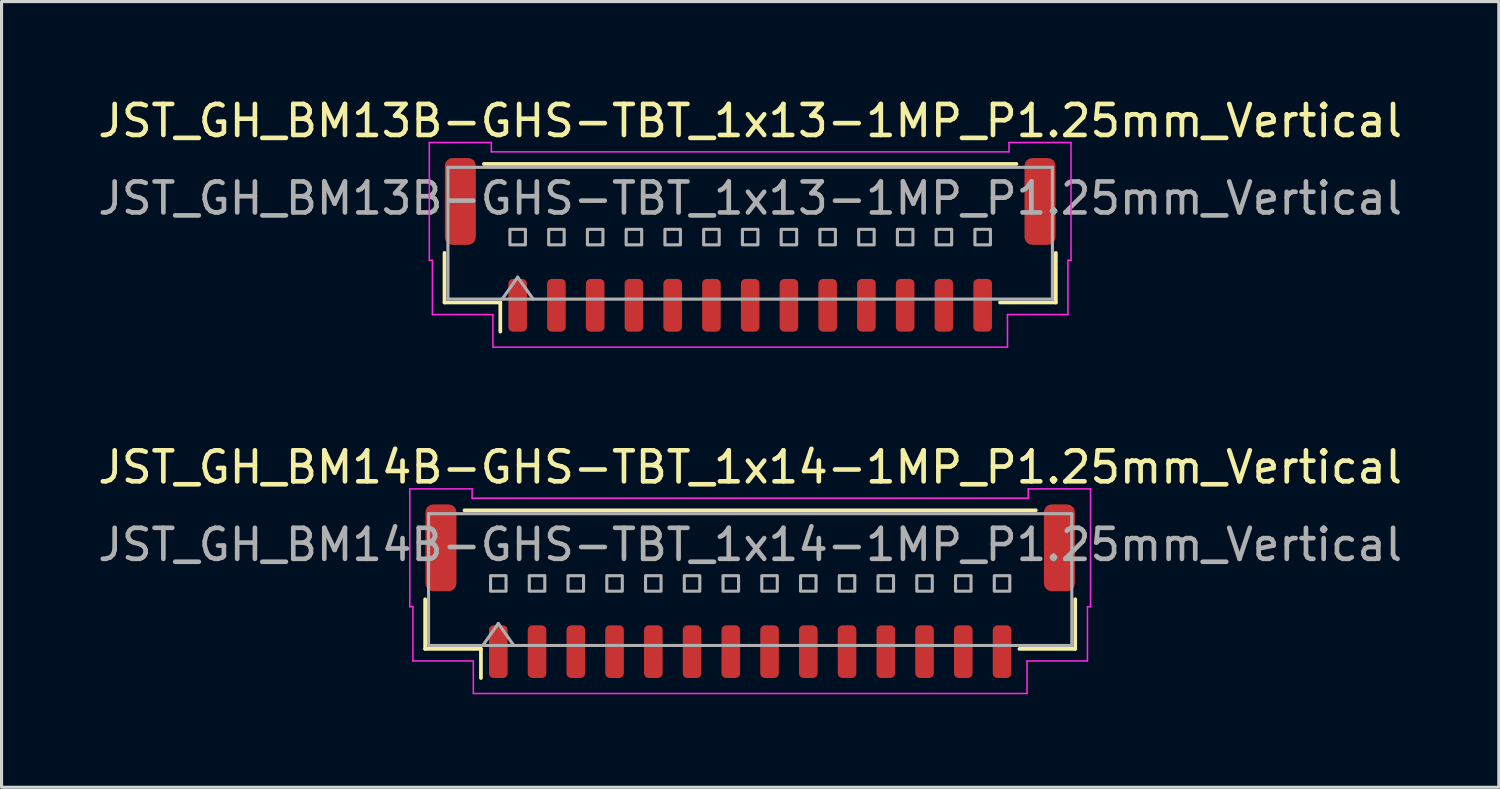
<source format=kicad_pcb>
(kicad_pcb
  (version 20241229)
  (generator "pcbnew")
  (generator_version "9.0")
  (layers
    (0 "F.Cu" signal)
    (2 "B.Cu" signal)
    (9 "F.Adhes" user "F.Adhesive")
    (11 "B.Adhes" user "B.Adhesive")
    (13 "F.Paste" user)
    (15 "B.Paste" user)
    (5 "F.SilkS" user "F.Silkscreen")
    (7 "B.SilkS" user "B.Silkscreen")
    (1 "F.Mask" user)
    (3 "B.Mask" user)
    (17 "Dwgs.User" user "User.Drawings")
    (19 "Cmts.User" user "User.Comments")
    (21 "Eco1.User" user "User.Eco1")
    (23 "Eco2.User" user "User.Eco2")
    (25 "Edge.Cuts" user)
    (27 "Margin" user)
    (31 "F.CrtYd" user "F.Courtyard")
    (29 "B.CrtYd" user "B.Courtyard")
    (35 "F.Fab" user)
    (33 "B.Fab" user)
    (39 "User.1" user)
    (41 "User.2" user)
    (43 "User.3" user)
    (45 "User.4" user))
  (footprint "JST_GH_BM14B-GHS-TBT_1x14-1MP_P1.25mm_Vertical"
    (layer "F.Cu")
    (at 21.149 16.021)
    (property "Reference" "JST_GH_BM14B-GHS-TBT_1x14-1MP_P1.25mm_Vertical" (at 0 -4 0) (layer "F.SilkS") (effects (font (size 1 1) (thickness 0.15))))
    (attr smd)
    (fp_line (start -10.485 0.26) (end -10.485 1.86) (stroke (width 0.12) (type solid)) (layer "F.SilkS"))
    (fp_line (start -10.485 1.86) (end -8.685 1.86) (stroke (width 0.12) (type solid)) (layer "F.SilkS"))
    (fp_line (start -9.215 -2.61) (end 9.215 -2.61) (stroke (width 0.12) (type solid)) (layer "F.SilkS"))
    (fp_line (start -8.685 1.86) (end -8.685 2.8) (stroke (width 0.12) (type solid)) (layer "F.SilkS"))
    (fp_line (start 10.485 0.26) (end 10.485 1.86) (stroke (width 0.12) (type solid)) (layer "F.SilkS"))
    (fp_line (start 10.485 1.86) (end 8.685 1.86) (stroke (width 0.12) (type solid)) (layer "F.SilkS"))
    (fp_line (start -10.98 -3.3) (end -8.97 -3.3) (stroke (width 0.05) (type solid)) (layer "F.CrtYd"))
    (fp_line (start -10.98 0.5) (end -10.98 -3.3) (stroke (width 0.05) (type solid)) (layer "F.CrtYd"))
    (fp_line (start -10.88 0.5) (end -10.98 0.5) (stroke (width 0.05) (type solid)) (layer "F.CrtYd"))
    (fp_line (start -10.88 2.25) (end -10.88 0.5) (stroke (width 0.05) (type solid)) (layer "F.CrtYd"))
    (fp_line (start -8.97 -3.3) (end -8.97 -3) (stroke (width 0.05) (type solid)) (layer "F.CrtYd"))
    (fp_line (start -8.97 -3) (end 8.97 -3) (stroke (width 0.05) (type solid)) (layer "F.CrtYd"))
    (fp_line (start -8.93 2.25) (end -10.88 2.25) (stroke (width 0.05) (type solid)) (layer "F.CrtYd"))
    (fp_line (start -8.93 3.3) (end -8.93 2.25) (stroke (width 0.05) (type solid)) (layer "F.CrtYd"))
    (fp_line (start 8.93 2.25) (end 8.93 3.3) (stroke (width 0.05) (type solid)) (layer "F.CrtYd"))
    (fp_line (start 8.93 3.3) (end -8.93 3.3) (stroke (width 0.05) (type solid)) (layer "F.CrtYd"))
    (fp_line (start 8.97 -3.3) (end 10.98 -3.3) (stroke (width 0.05) (type solid)) (layer "F.CrtYd"))
    (fp_line (start 8.97 -3) (end 8.97 -3.3) (stroke (width 0.05) (type solid)) (layer "F.CrtYd"))
    (fp_line (start 10.88 0.5) (end 10.88 2.25) (stroke (width 0.05) (type solid)) (layer "F.CrtYd"))
    (fp_line (start 10.88 2.25) (end 8.93 2.25) (stroke (width 0.05) (type solid)) (layer "F.CrtYd"))
    (fp_line (start 10.98 -3.3) (end 10.98 0.5) (stroke (width 0.05) (type solid)) (layer "F.CrtYd"))
    (fp_line (start 10.98 0.5) (end 10.88 0.5) (stroke (width 0.05) (type solid)) (layer "F.CrtYd"))
    (fp_line (start -10.375 -2.5) (end 10.375 -2.5) (stroke (width 0.1) (type solid)) (layer "F.Fab"))
    (fp_line (start -10.375 1.75) (end -10.375 -2.5) (stroke (width 0.1) (type solid)) (layer "F.Fab"))
    (fp_line (start -10.375 1.75) (end 10.375 1.75) (stroke (width 0.1) (type solid)) (layer "F.Fab"))
    (fp_line (start -8.625 1.75) (end -8.125 1.043) (stroke (width 0.1) (type solid)) (layer "F.Fab"))
    (fp_line (start -8.125 1.043) (end -7.625 1.75) (stroke (width 0.1) (type solid)) (layer "F.Fab"))
    (fp_line (start 10.375 1.75) (end 10.375 -2.5) (stroke (width 0.1) (type solid)) (layer "F.Fab"))
    (fp_rect (start -8.375 -0.5) (end -7.875 0) (stroke (width 0.1) (type solid)) (fill no) (layer "F.Fab"))
    (fp_rect (start -7.125 -0.5) (end -6.625 0) (stroke (width 0.1) (type solid)) (fill no) (layer "F.Fab"))
    (fp_rect (start -5.875 -0.5) (end -5.375 0) (stroke (width 0.1) (type solid)) (fill no) (layer "F.Fab"))
    (fp_rect (start -4.625 -0.5) (end -4.125 0) (stroke (width 0.1) (type solid)) (fill no) (layer "F.Fab"))
    (fp_rect (start -3.375 -0.5) (end -2.875 0) (stroke (width 0.1) (type solid)) (fill no) (layer "F.Fab"))
    (fp_rect (start -2.125 -0.5) (end -1.625 0) (stroke (width 0.1) (type solid)) (fill no) (layer "F.Fab"))
    (fp_rect (start -0.875 -0.5) (end -0.375 0) (stroke (width 0.1) (type solid)) (fill no) (layer "F.Fab"))
    (fp_rect (start 0.375 -0.5) (end 0.875 0) (stroke (width 0.1) (type solid)) (fill no) (layer "F.Fab"))
    (fp_rect (start 1.625 -0.5) (end 2.125 0) (stroke (width 0.1) (type solid)) (fill no) (layer "F.Fab"))
    (fp_rect (start 2.875 -0.5) (end 3.375 0) (stroke (width 0.1) (type solid)) (fill no) (layer "F.Fab"))
    (fp_rect (start 4.125 -0.5) (end 4.625 0) (stroke (width 0.1) (type solid)) (fill no) (layer "F.Fab"))
    (fp_rect (start 5.375 -0.5) (end 5.875 0) (stroke (width 0.1) (type solid)) (fill no) (layer "F.Fab"))
    (fp_rect (start 6.625 -0.5) (end 7.125 0) (stroke (width 0.1) (type solid)) (fill no) (layer "F.Fab"))
    (fp_rect (start 7.875 -0.5) (end 8.375 0) (stroke (width 0.1) (type solid)) (fill no) (layer "F.Fab"))
    (fp_text user "${REFERENCE}" (at 0 -1.5 0) (layer "F.Fab") (effects (font (size 1 1) (thickness 0.15))))
    (pad "1" smd roundrect (at -8.125 1.95) (size 0.6 1.7) (layers "F.Cu" "F.Mask" "F.Paste") (roundrect_rratio 0.25))
    (pad "2" smd roundrect (at -6.875 1.95) (size 0.6 1.7) (layers "F.Cu" "F.Mask" "F.Paste") (roundrect_rratio 0.25))
    (pad "3" smd roundrect (at -5.625 1.95) (size 0.6 1.7) (layers "F.Cu" "F.Mask" "F.Paste") (roundrect_rratio 0.25))
    (pad "4" smd roundrect (at -4.375 1.95) (size 0.6 1.7) (layers "F.Cu" "F.Mask" "F.Paste") (roundrect_rratio 0.25))
    (pad "5" smd roundrect (at -3.125 1.95) (size 0.6 1.7) (layers "F.Cu" "F.Mask" "F.Paste") (roundrect_rratio 0.25))
    (pad "6" smd roundrect (at -1.875 1.95) (size 0.6 1.7) (layers "F.Cu" "F.Mask" "F.Paste") (roundrect_rratio 0.25))
    (pad "7" smd roundrect (at -0.625 1.95) (size 0.6 1.7) (layers "F.Cu" "F.Mask" "F.Paste") (roundrect_rratio 0.25))
    (pad "8" smd roundrect (at 0.625 1.95) (size 0.6 1.7) (layers "F.Cu" "F.Mask" "F.Paste") (roundrect_rratio 0.25))
    (pad "9" smd roundrect (at 1.875 1.95) (size 0.6 1.7) (layers "F.Cu" "F.Mask" "F.Paste") (roundrect_rratio 0.25))
    (pad "10" smd roundrect (at 3.125 1.95) (size 0.6 1.7) (layers "F.Cu" "F.Mask" "F.Paste") (roundrect_rratio 0.25))
    (pad "11" smd roundrect (at 4.375 1.95) (size 0.6 1.7) (layers "F.Cu" "F.Mask" "F.Paste") (roundrect_rratio 0.25))
    (pad "12" smd roundrect (at 5.625 1.95) (size 0.6 1.7) (layers "F.Cu" "F.Mask" "F.Paste") (roundrect_rratio 0.25))
    (pad "13" smd roundrect (at 6.875 1.95) (size 0.6 1.7) (layers "F.Cu" "F.Mask" "F.Paste") (roundrect_rratio 0.25))
    (pad "14" smd roundrect (at 8.125 1.95) (size 0.6 1.7) (layers "F.Cu" "F.Mask" "F.Paste") (roundrect_rratio 0.25))
    (pad "MP" smd roundrect (at -9.975 -1.4) (size 1 2.8) (layers "F.Cu" "F.Mask" "F.Paste") (roundrect_rratio 0.25))
    (pad "MP" smd roundrect (at 9.975 -1.4) (size 1 2.8) (layers "F.Cu" "F.Mask" "F.Paste") (roundrect_rratio 0.25)))
  (footprint "JST_GH_BM13B-GHS-TBT_1x13-1MP_P1.25mm_Vertical"
    (layer "F.Cu")
    (at 21.149 4.848)
    (property "Reference" "JST_GH_BM13B-GHS-TBT_1x13-1MP_P1.25mm_Vertical" (at 0 -4 0) (layer "F.SilkS") (effects (font (size 1 1) (thickness 0.15))))
    (attr smd)
    (fp_line (start -9.86 0.26) (end -9.86 1.86) (stroke (width 0.12) (type solid)) (layer "F.SilkS"))
    (fp_line (start -9.86 1.86) (end -8.06 1.86) (stroke (width 0.12) (type solid)) (layer "F.SilkS"))
    (fp_line (start -8.59 -2.61) (end 8.59 -2.61) (stroke (width 0.12) (type solid)) (layer "F.SilkS"))
    (fp_line (start -8.06 1.86) (end -8.06 2.8) (stroke (width 0.12) (type solid)) (layer "F.SilkS"))
    (fp_line (start 9.86 0.26) (end 9.86 1.86) (stroke (width 0.12) (type solid)) (layer "F.SilkS"))
    (fp_line (start 9.86 1.86) (end 8.06 1.86) (stroke (width 0.12) (type solid)) (layer "F.SilkS"))
    (fp_line (start -10.35 -3.3) (end -8.35 -3.3) (stroke (width 0.05) (type solid)) (layer "F.CrtYd"))
    (fp_line (start -10.35 0.5) (end -10.35 -3.3) (stroke (width 0.05) (type solid)) (layer "F.CrtYd"))
    (fp_line (start -10.25 0.5) (end -10.35 0.5) (stroke (width 0.05) (type solid)) (layer "F.CrtYd"))
    (fp_line (start -10.25 2.25) (end -10.25 0.5) (stroke (width 0.05) (type solid)) (layer "F.CrtYd"))
    (fp_line (start -8.35 -3.3) (end -8.35 -3) (stroke (width 0.05) (type solid)) (layer "F.CrtYd"))
    (fp_line (start -8.35 -3) (end 8.35 -3) (stroke (width 0.05) (type solid)) (layer "F.CrtYd"))
    (fp_line (start -8.3 2.25) (end -10.25 2.25) (stroke (width 0.05) (type solid)) (layer "F.CrtYd"))
    (fp_line (start -8.3 3.3) (end -8.3 2.25) (stroke (width 0.05) (type solid)) (layer "F.CrtYd"))
    (fp_line (start 8.3 2.25) (end 8.3 3.3) (stroke (width 0.05) (type solid)) (layer "F.CrtYd"))
    (fp_line (start 8.3 3.3) (end -8.3 3.3) (stroke (width 0.05) (type solid)) (layer "F.CrtYd"))
    (fp_line (start 8.35 -3.3) (end 10.35 -3.3) (stroke (width 0.05) (type solid)) (layer "F.CrtYd"))
    (fp_line (start 8.35 -3) (end 8.35 -3.3) (stroke (width 0.05) (type solid)) (layer "F.CrtYd"))
    (fp_line (start 10.25 0.5) (end 10.25 2.25) (stroke (width 0.05) (type solid)) (layer "F.CrtYd"))
    (fp_line (start 10.25 2.25) (end 8.3 2.25) (stroke (width 0.05) (type solid)) (layer "F.CrtYd"))
    (fp_line (start 10.35 -3.3) (end 10.35 0.5) (stroke (width 0.05) (type solid)) (layer "F.CrtYd"))
    (fp_line (start 10.35 0.5) (end 10.25 0.5) (stroke (width 0.05) (type solid)) (layer "F.CrtYd"))
    (fp_line (start -9.75 -2.5) (end 9.75 -2.5) (stroke (width 0.1) (type solid)) (layer "F.Fab"))
    (fp_line (start -9.75 1.75) (end -9.75 -2.5) (stroke (width 0.1) (type solid)) (layer "F.Fab"))
    (fp_line (start -9.75 1.75) (end 9.75 1.75) (stroke (width 0.1) (type solid)) (layer "F.Fab"))
    (fp_line (start -8 1.75) (end -7.5 1.043) (stroke (width 0.1) (type solid)) (layer "F.Fab"))
    (fp_line (start -7.5 1.043) (end -7 1.75) (stroke (width 0.1) (type solid)) (layer "F.Fab"))
    (fp_line (start 9.75 1.75) (end 9.75 -2.5) (stroke (width 0.1) (type solid)) (layer "F.Fab"))
    (fp_rect (start -7.75 -0.5) (end -7.25 0) (stroke (width 0.1) (type solid)) (fill no) (layer "F.Fab"))
    (fp_rect (start -6.5 -0.5) (end -6 0) (stroke (width 0.1) (type solid)) (fill no) (layer "F.Fab"))
    (fp_rect (start -5.25 -0.5) (end -4.75 0) (stroke (width 0.1) (type solid)) (fill no) (layer "F.Fab"))
    (fp_rect (start -4 -0.5) (end -3.5 0) (stroke (width 0.1) (type solid)) (fill no) (layer "F.Fab"))
    (fp_rect (start -2.75 -0.5) (end -2.25 0) (stroke (width 0.1) (type solid)) (fill no) (layer "F.Fab"))
    (fp_rect (start -1.5 -0.5) (end -1 0) (stroke (width 0.1) (type solid)) (fill no) (layer "F.Fab"))
    (fp_rect (start -0.25 -0.5) (end 0.25 0) (stroke (width 0.1) (type solid)) (fill no) (layer "F.Fab"))
    (fp_rect (start 1 -0.5) (end 1.5 0) (stroke (width 0.1) (type solid)) (fill no) (layer "F.Fab"))
    (fp_rect (start 2.25 -0.5) (end 2.75 0) (stroke (width 0.1) (type solid)) (fill no) (layer "F.Fab"))
    (fp_rect (start 3.5 -0.5) (end 4 0) (stroke (width 0.1) (type solid)) (fill no) (layer "F.Fab"))
    (fp_rect (start 4.75 -0.5) (end 5.25 0) (stroke (width 0.1) (type solid)) (fill no) (layer "F.Fab"))
    (fp_rect (start 6 -0.5) (end 6.5 0) (stroke (width 0.1) (type solid)) (fill no) (layer "F.Fab"))
    (fp_rect (start 7.25 -0.5) (end 7.75 0) (stroke (width 0.1) (type solid)) (fill no) (layer "F.Fab"))
    (fp_text user "${REFERENCE}" (at 0 -1.5 0) (layer "F.Fab") (effects (font (size 1 1) (thickness 0.15))))
    (pad "1" smd roundrect (at -7.5 1.95) (size 0.6 1.7) (layers "F.Cu" "F.Mask" "F.Paste") (roundrect_rratio 0.25))
    (pad "2" smd roundrect (at -6.25 1.95) (size 0.6 1.7) (layers "F.Cu" "F.Mask" "F.Paste") (roundrect_rratio 0.25))
    (pad "3" smd roundrect (at -5 1.95) (size 0.6 1.7) (layers "F.Cu" "F.Mask" "F.Paste") (roundrect_rratio 0.25))
    (pad "4" smd roundrect (at -3.75 1.95) (size 0.6 1.7) (layers "F.Cu" "F.Mask" "F.Paste") (roundrect_rratio 0.25))
    (pad "5" smd roundrect (at -2.5 1.95) (size 0.6 1.7) (layers "F.Cu" "F.Mask" "F.Paste") (roundrect_rratio 0.25))
    (pad "6" smd roundrect (at -1.25 1.95) (size 0.6 1.7) (layers "F.Cu" "F.Mask" "F.Paste") (roundrect_rratio 0.25))
    (pad "7" smd roundrect (at 0 1.95) (size 0.6 1.7) (layers "F.Cu" "F.Mask" "F.Paste") (roundrect_rratio 0.25))
    (pad "8" smd roundrect (at 1.25 1.95) (size 0.6 1.7) (layers "F.Cu" "F.Mask" "F.Paste") (roundrect_rratio 0.25))
    (pad "9" smd roundrect (at 2.5 1.95) (size 0.6 1.7) (layers "F.Cu" "F.Mask" "F.Paste") (roundrect_rratio 0.25))
    (pad "10" smd roundrect (at 3.75 1.95) (size 0.6 1.7) (layers "F.Cu" "F.Mask" "F.Paste") (roundrect_rratio 0.25))
    (pad "11" smd roundrect (at 5 1.95) (size 0.6 1.7) (layers "F.Cu" "F.Mask" "F.Paste") (roundrect_rratio 0.25))
    (pad "12" smd roundrect (at 6.25 1.95) (size 0.6 1.7) (layers "F.Cu" "F.Mask" "F.Paste") (roundrect_rratio 0.25))
    (pad "13" smd roundrect (at 7.5 1.95) (size 0.6 1.7) (layers "F.Cu" "F.Mask" "F.Paste") (roundrect_rratio 0.25))
    (pad "MP" smd roundrect (at -9.35 -1.4) (size 1 2.8) (layers "F.Cu" "F.Mask" "F.Paste") (roundrect_rratio 0.25))
    (pad "MP" smd roundrect (at 9.35 -1.4) (size 1 2.8) (layers "F.Cu" "F.Mask" "F.Paste") (roundrect_rratio 0.25)))
  (gr_rect
    (start -3 -3)
    (end 45.298 22.346)
    (stroke (width 0.1) (type default))
    (fill no)
    (layer "Edge.Cuts")))
</source>
